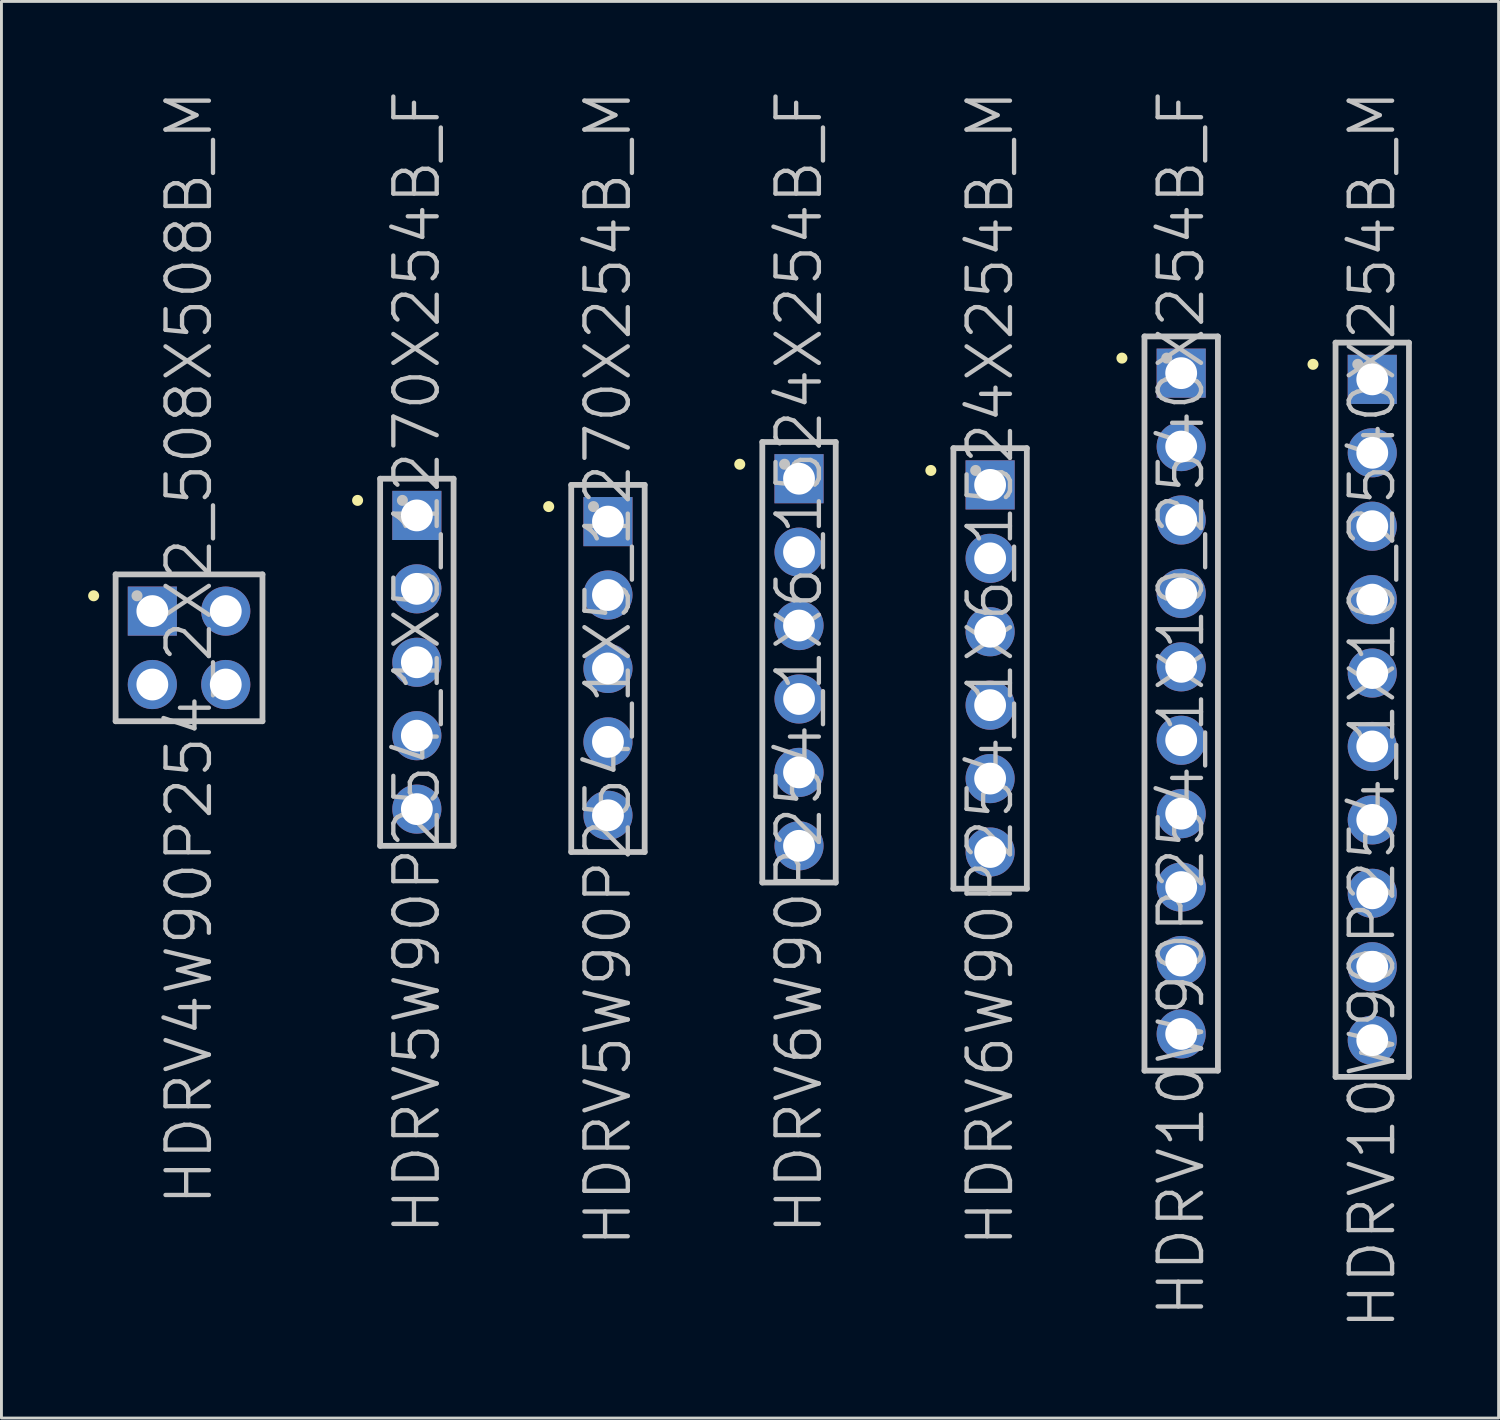
<source format=kicad_pcb>
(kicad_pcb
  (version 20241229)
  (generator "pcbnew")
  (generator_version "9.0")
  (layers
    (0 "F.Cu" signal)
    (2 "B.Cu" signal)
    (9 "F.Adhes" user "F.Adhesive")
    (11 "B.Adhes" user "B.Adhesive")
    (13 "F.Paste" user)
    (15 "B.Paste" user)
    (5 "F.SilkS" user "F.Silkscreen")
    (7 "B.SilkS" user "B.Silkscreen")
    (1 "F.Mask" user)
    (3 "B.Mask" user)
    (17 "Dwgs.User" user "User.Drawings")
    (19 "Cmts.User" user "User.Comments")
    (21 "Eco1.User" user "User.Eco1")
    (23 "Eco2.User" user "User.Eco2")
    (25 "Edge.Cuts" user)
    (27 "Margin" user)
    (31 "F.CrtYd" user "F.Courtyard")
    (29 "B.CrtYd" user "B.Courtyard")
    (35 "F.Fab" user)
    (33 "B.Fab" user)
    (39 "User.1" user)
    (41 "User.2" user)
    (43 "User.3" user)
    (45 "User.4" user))
  (footprint "HDRV6W90P254_1X6_1524X254B_F"
    (layer "F.Cu")
    (at 24.592 19.861)
    (property "Reference" "HDRV6W90P254_1X6_1524X254B_F" (at 0 0 90) (layer "Dwgs.User") (effects (font (size 1.5 1.5) (thickness 0.15))))
    (attr through_hole)
    (fp_line (start -2.05 -6.85) (end -2.05 -6.85) (stroke (width 0.381) (type solid)) (layer "F.SilkS"))
    (fp_line (start -1.27 -7.62) (end -1.27 7.62) (stroke (width 0.2) (type solid)) (layer "Dwgs.User"))
    (fp_line (start -1.27 -7.62) (end 1.27 -7.62) (stroke (width 0.2) (type solid)) (layer "Dwgs.User"))
    (fp_line (start -1.27 7.62) (end 1.27 7.62) (stroke (width 0.2) (type solid)) (layer "Dwgs.User"))
    (fp_line (start -0.5 -6.85) (end -0.5 -6.85) (stroke (width 0.381) (type solid)) (layer "Dwgs.User"))
    (fp_line (start 1.27 -7.62) (end 1.27 7.62) (stroke (width 0.2) (type solid)) (layer "Dwgs.User"))
    (pad "1" thru_hole rect (at 0 -6.35) (size 1.7 1.7) (drill 1.1) (layers "*.Cu" "*.Mask"))
    (pad "2" thru_hole circle (at 0 -3.81 270) (size 1.7 1.7) (drill 1.1) (layers "*.Cu" "*.Mask"))
    (pad "3" thru_hole circle (at 0 -1.27 270) (size 1.7 1.7) (drill 1.1) (layers "*.Cu" "*.Mask"))
    (pad "4" thru_hole circle (at 0 1.27 270) (size 1.7 1.7) (drill 1.1) (layers "*.Cu" "*.Mask"))
    (pad "5" thru_hole circle (at 0 3.81 270) (size 1.7 1.7) (drill 1.1) (layers "*.Cu" "*.Mask"))
    (pad "6" thru_hole circle (at 0 6.35 270) (size 1.7 1.7) (drill 1.1) (layers "*.Cu" "*.Mask")))
  (footprint "HDRV5W90P254_1X5_1270X254B_M"
    (layer "F.Cu")
    (at 17.982 20.075)
    (property "Reference" "HDRV5W90P254_1X5_1270X254B_M" (at 0 0 90) (layer "Dwgs.User") (effects (font (size 1.5 1.5) (thickness 0.15))))
    (attr through_hole)
    (fp_line (start -2.05 -5.6) (end -2.05 -5.6) (stroke (width 0.381) (type solid)) (layer "F.SilkS"))
    (fp_line (start -1.27 -6.35) (end -1.27 6.35) (stroke (width 0.2) (type solid)) (layer "Dwgs.User"))
    (fp_line (start -1.27 -6.35) (end 1.27 -6.35) (stroke (width 0.2) (type solid)) (layer "Dwgs.User"))
    (fp_line (start -1.27 6.35) (end 1.27 6.35) (stroke (width 0.2) (type solid)) (layer "Dwgs.User"))
    (fp_line (start -0.5 -5.6) (end -0.5 -5.6) (stroke (width 0.381) (type solid)) (layer "Dwgs.User"))
    (fp_line (start 1.27 -6.35) (end 1.27 6.35) (stroke (width 0.2) (type solid)) (layer "Dwgs.User"))
    (pad "1" thru_hole rect (at 0 -5.08) (size 1.7 1.7) (drill 1.1) (layers "*.Cu" "*.Mask"))
    (pad "2" thru_hole circle (at 0 -2.54 270) (size 1.7 1.7) (drill 1.1) (layers "*.Cu" "*.Mask"))
    (pad "3" thru_hole circle (at 0 0 270) (size 1.7 1.7) (drill 1.1) (layers "*.Cu" "*.Mask"))
    (pad "4" thru_hole circle (at 0 2.54 270) (size 1.7 1.7) (drill 1.1) (layers "*.Cu" "*.Mask"))
    (pad "5" thru_hole circle (at 0 5.08 270) (size 1.7 1.7) (drill 1.1) (layers "*.Cu" "*.Mask")))
  (footprint "HDRV5W90P254_1X5_1270X254B_F"
    (layer "F.Cu")
    (at 11.371 19.861)
    (property "Reference" "HDRV5W90P254_1X5_1270X254B_F" (at 0 0 90) (layer "Dwgs.User") (effects (font (size 1.5 1.5) (thickness 0.15))))
    (attr through_hole)
    (fp_line (start -2.05 -5.6) (end -2.05 -5.6) (stroke (width 0.381) (type solid)) (layer "F.SilkS"))
    (fp_line (start -1.27 -6.35) (end -1.27 6.35) (stroke (width 0.2) (type solid)) (layer "Dwgs.User"))
    (fp_line (start -1.27 -6.35) (end 1.27 -6.35) (stroke (width 0.2) (type solid)) (layer "Dwgs.User"))
    (fp_line (start -1.27 6.35) (end 1.27 6.35) (stroke (width 0.2) (type solid)) (layer "Dwgs.User"))
    (fp_line (start -0.5 -5.6) (end -0.5 -5.6) (stroke (width 0.381) (type solid)) (layer "Dwgs.User"))
    (fp_line (start 1.27 -6.35) (end 1.27 6.35) (stroke (width 0.2) (type solid)) (layer "Dwgs.User"))
    (pad "1" thru_hole rect (at 0 -5.08) (size 1.7 1.7) (drill 1.1) (layers "*.Cu" "*.Mask"))
    (pad "2" thru_hole circle (at 0 -2.54 270) (size 1.7 1.7) (drill 1.1) (layers "*.Cu" "*.Mask"))
    (pad "3" thru_hole circle (at 0 0 270) (size 1.7 1.7) (drill 1.1) (layers "*.Cu" "*.Mask"))
    (pad "4" thru_hole circle (at 0 2.54 270) (size 1.7 1.7) (drill 1.1) (layers "*.Cu" "*.Mask"))
    (pad "5" thru_hole circle (at 0 5.08 270) (size 1.7 1.7) (drill 1.1) (layers "*.Cu" "*.Mask")))
  (footprint "HDRV10W90P254_1X10_2540X254B_F"
    (layer "F.Cu")
    (at 37.813 21.289)
    (property "Reference" "HDRV10W90P254_1X10_2540X254B_F" (at 0 0 90) (layer "Dwgs.User") (effects (font (size 1.5 1.5) (thickness 0.15))))
    (attr through_hole)
    (fp_line (start -2.05 -11.95) (end -2.05 -11.95) (stroke (width 0.381) (type solid)) (layer "F.SilkS"))
    (fp_line (start -1.27 -12.7) (end -1.27 12.7) (stroke (width 0.2) (type solid)) (layer "Dwgs.User"))
    (fp_line (start -1.27 -12.7) (end 1.27 -12.7) (stroke (width 0.2) (type solid)) (layer "Dwgs.User"))
    (fp_line (start -1.27 12.7) (end 1.27 12.7) (stroke (width 0.2) (type solid)) (layer "Dwgs.User"))
    (fp_line (start -0.5 -11.95) (end -0.5 -11.95) (stroke (width 0.381) (type solid)) (layer "Dwgs.User"))
    (fp_line (start 1.27 -12.7) (end 1.27 12.7) (stroke (width 0.2) (type solid)) (layer "Dwgs.User"))
    (pad "1" thru_hole rect (at 0 -11.43) (size 1.7 1.7) (drill 1.1) (layers "*.Cu" "*.Mask"))
    (pad "2" thru_hole circle (at 0 -8.89 270) (size 1.7 1.7) (drill 1.1) (layers "*.Cu" "*.Mask"))
    (pad "3" thru_hole circle (at 0 -6.35 270) (size 1.7 1.7) (drill 1.1) (layers "*.Cu" "*.Mask"))
    (pad "4" thru_hole circle (at 0 -3.81 270) (size 1.7 1.7) (drill 1.1) (layers "*.Cu" "*.Mask"))
    (pad "5" thru_hole circle (at 0 -1.27 270) (size 1.7 1.7) (drill 1.1) (layers "*.Cu" "*.Mask"))
    (pad "6" thru_hole circle (at 0 1.27 270) (size 1.7 1.7) (drill 1.1) (layers "*.Cu" "*.Mask"))
    (pad "7" thru_hole circle (at 0 3.81 270) (size 1.7 1.7) (drill 1.1) (layers "*.Cu" "*.Mask"))
    (pad "8" thru_hole circle (at 0 6.35 270) (size 1.7 1.7) (drill 1.1) (layers "*.Cu" "*.Mask"))
    (pad "9" thru_hole circle (at 0 8.89 270) (size 1.7 1.7) (drill 1.1) (layers "*.Cu" "*.Mask"))
    (pad "10" thru_hole circle (at 0 11.43 270) (size 1.7 1.7) (drill 1.1) (layers "*.Cu" "*.Mask")))
  (footprint "HDRV10W90P254_1X10_2540X254B_M"
    (layer "F.Cu")
    (at 44.423 21.504)
    (property "Reference" "HDRV10W90P254_1X10_2540X254B_M" (at 0 0 90) (layer "Dwgs.User") (effects (font (size 1.5 1.5) (thickness 0.15))))
    (attr through_hole)
    (fp_line (start -2.05 -11.95) (end -2.05 -11.95) (stroke (width 0.381) (type solid)) (layer "F.SilkS"))
    (fp_line (start -1.27 -12.7) (end -1.27 12.7) (stroke (width 0.2) (type solid)) (layer "Dwgs.User"))
    (fp_line (start -1.27 -12.7) (end 1.27 -12.7) (stroke (width 0.2) (type solid)) (layer "Dwgs.User"))
    (fp_line (start -1.27 12.7) (end 1.27 12.7) (stroke (width 0.2) (type solid)) (layer "Dwgs.User"))
    (fp_line (start -0.5 -11.95) (end -0.5 -11.95) (stroke (width 0.381) (type solid)) (layer "Dwgs.User"))
    (fp_line (start 1.27 -12.7) (end 1.27 12.7) (stroke (width 0.2) (type solid)) (layer "Dwgs.User"))
    (pad "1" thru_hole rect (at 0 -11.43) (size 1.7 1.7) (drill 1.1) (layers "*.Cu" "*.Mask"))
    (pad "2" thru_hole circle (at 0 -8.89 270) (size 1.7 1.7) (drill 1.1) (layers "*.Cu" "*.Mask"))
    (pad "3" thru_hole circle (at 0 -6.35 270) (size 1.7 1.7) (drill 1.1) (layers "*.Cu" "*.Mask"))
    (pad "4" thru_hole circle (at 0 -3.81 270) (size 1.7 1.7) (drill 1.1) (layers "*.Cu" "*.Mask"))
    (pad "5" thru_hole circle (at 0 -1.27 270) (size 1.7 1.7) (drill 1.1) (layers "*.Cu" "*.Mask"))
    (pad "6" thru_hole circle (at 0 1.27 270) (size 1.7 1.7) (drill 1.1) (layers "*.Cu" "*.Mask"))
    (pad "7" thru_hole circle (at 0 3.81 270) (size 1.7 1.7) (drill 1.1) (layers "*.Cu" "*.Mask"))
    (pad "8" thru_hole circle (at 0 6.35 270) (size 1.7 1.7) (drill 1.1) (layers "*.Cu" "*.Mask"))
    (pad "9" thru_hole circle (at 0 8.89 270) (size 1.7 1.7) (drill 1.1) (layers "*.Cu" "*.Mask"))
    (pad "10" thru_hole circle (at 0 11.43 270) (size 1.7 1.7) (drill 1.1) (layers "*.Cu" "*.Mask")))
  (footprint "HDRV4W90P254_2X2_508X508B_M"
    (layer "F.Cu")
    (at 3.49 19.361)
    (property "Reference" "HDRV4W90P254_2X2_508X508B_M" (at 0 0 90) (layer "Dwgs.User") (effects (font (size 1.5 1.5) (thickness 0.15))))
    (attr through_hole)
    (fp_line (start -3.3 -1.8) (end -3.3 -1.8) (stroke (width 0.381) (type solid)) (layer "F.SilkS"))
    (fp_line (start -2.54 -2.54) (end -2.54 2.54) (stroke (width 0.2) (type solid)) (layer "Dwgs.User"))
    (fp_line (start -2.54 -2.54) (end 2.54 -2.54) (stroke (width 0.2) (type solid)) (layer "Dwgs.User"))
    (fp_line (start -2.54 2.54) (end 2.54 2.54) (stroke (width 0.2) (type solid)) (layer "Dwgs.User"))
    (fp_line (start -1.8 -1.8) (end -1.8 -1.8) (stroke (width 0.381) (type solid)) (layer "Dwgs.User"))
    (fp_line (start 2.54 -2.54) (end 2.54 2.54) (stroke (width 0.2) (type solid)) (layer "Dwgs.User"))
    (pad "1" thru_hole rect (at -1.27 -1.27) (size 1.7 1.7) (drill 1.1) (layers "*.Cu" "*.Mask"))
    (pad "2" thru_hole circle (at 1.27 -1.27 270) (size 1.7 1.7) (drill 1.1) (layers "*.Cu" "*.Mask"))
    (pad "3" thru_hole circle (at -1.27 1.27 270) (size 1.7 1.7) (drill 1.1) (layers "*.Cu" "*.Mask"))
    (pad "4" thru_hole circle (at 1.27 1.27 270) (size 1.7 1.7) (drill 1.1) (layers "*.Cu" "*.Mask")))
  (footprint "HDRV6W90P254_1X6_1524X254B_M"
    (layer "F.Cu")
    (at 31.203 20.075)
    (property "Reference" "HDRV6W90P254_1X6_1524X254B_M" (at 0 0 90) (layer "Dwgs.User") (effects (font (size 1.5 1.5) (thickness 0.15))))
    (attr through_hole)
    (fp_line (start -2.05 -6.85) (end -2.05 -6.85) (stroke (width 0.381) (type solid)) (layer "F.SilkS"))
    (fp_line (start -1.27 -7.62) (end -1.27 7.62) (stroke (width 0.2) (type solid)) (layer "Dwgs.User"))
    (fp_line (start -1.27 -7.62) (end 1.27 -7.62) (stroke (width 0.2) (type solid)) (layer "Dwgs.User"))
    (fp_line (start -1.27 7.62) (end 1.27 7.62) (stroke (width 0.2) (type solid)) (layer "Dwgs.User"))
    (fp_line (start -0.5 -6.85) (end -0.5 -6.85) (stroke (width 0.381) (type solid)) (layer "Dwgs.User"))
    (fp_line (start 1.27 -7.62) (end 1.27 7.62) (stroke (width 0.2) (type solid)) (layer "Dwgs.User"))
    (pad "1" thru_hole rect (at 0 -6.35) (size 1.7 1.7) (drill 1.1) (layers "*.Cu" "*.Mask"))
    (pad "2" thru_hole circle (at 0 -3.81 270) (size 1.7 1.7) (drill 1.1) (layers "*.Cu" "*.Mask"))
    (pad "3" thru_hole circle (at 0 -1.27 270) (size 1.7 1.7) (drill 1.1) (layers "*.Cu" "*.Mask"))
    (pad "4" thru_hole circle (at 0 1.27 270) (size 1.7 1.7) (drill 1.1) (layers "*.Cu" "*.Mask"))
    (pad "5" thru_hole circle (at 0 3.81 270) (size 1.7 1.7) (drill 1.1) (layers "*.Cu" "*.Mask"))
    (pad "6" thru_hole circle (at 0 6.35 270) (size 1.7 1.7) (drill 1.1) (layers "*.Cu" "*.Mask")))
  (gr_rect
    (start -3 -3)
    (end 48.794 46.007)
    (stroke (width 0.1) (type default))
    (fill no)
    (layer "Edge.Cuts")))
</source>
